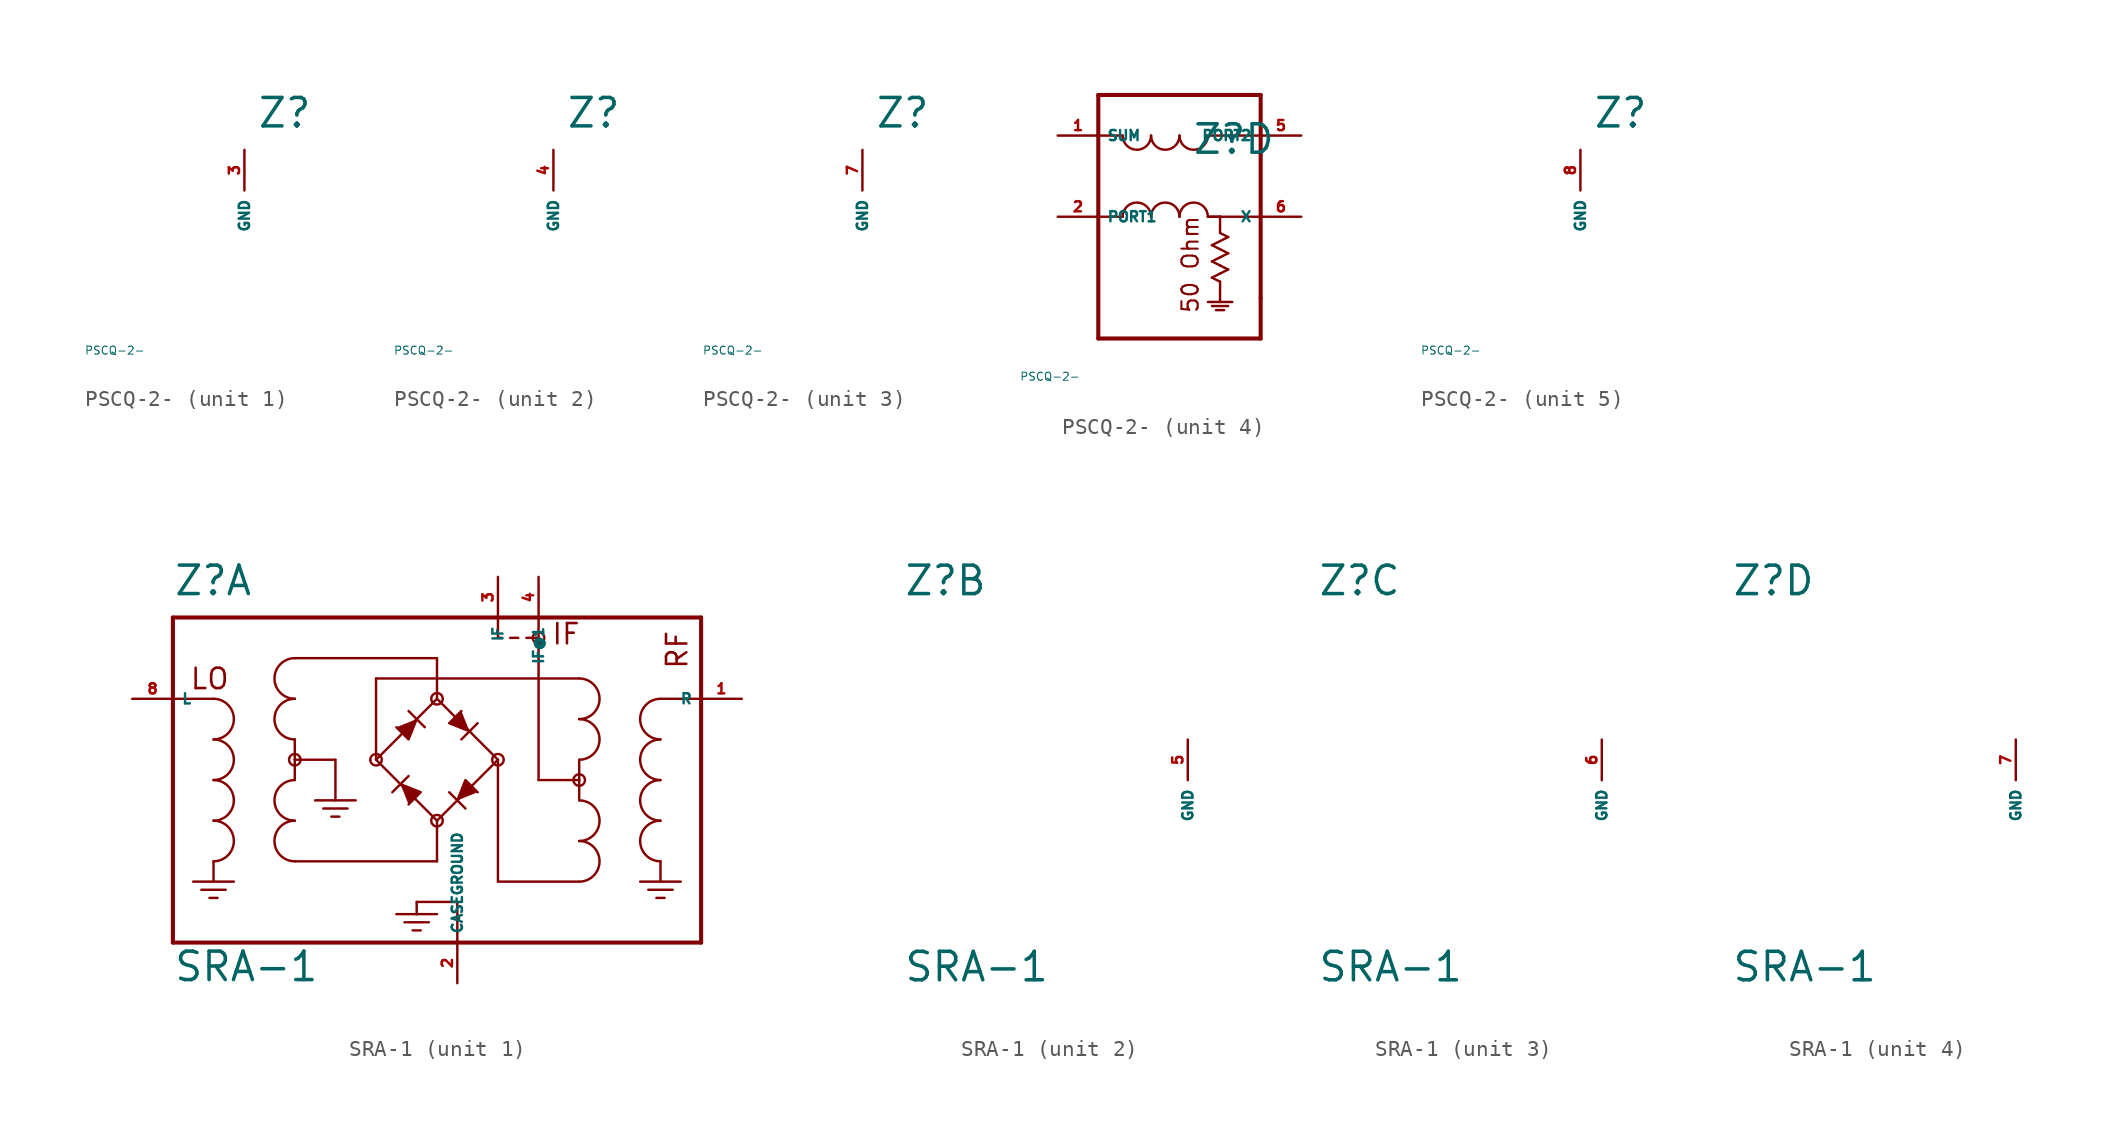
<source format=kicad_sym>
(kicad_symbol_lib
  (version 20220914)
  (generator Eagle2Kicad)
  (symbol "PSCQ-2-"
    (property "Reference" "Z"
      (at 0.762 3.81 0)
      (effects (font (size 1.778 1.778) (thickness 0.22)) (justify left bottom)))
    (property "Value" "PSCQ-2-"
      (at -10 -10 0)
      (effects (font (size 0.5 0.5) (thickness 0.06)) (justify left)))
    (symbol "PSCQ-2-_1_0"
      (pin unspecified line (at 0 2.54 270) (length 2.54) (name "GND" (effects (font (size 0.635 0.635) (thickness 0.08)) (justify left bottom))) (number "3" (effects (font (size 0.635 0.635) (thickness 0.08)) (justify left bottom)))))
    (symbol "PSCQ-2-_2_0"
      (pin unspecified line (at 0 2.54 270) (length 2.54) (name "GND" (effects (font (size 0.635 0.635) (thickness 0.08)) (justify left bottom))) (number "4" (effects (font (size 0.635 0.635) (thickness 0.08)) (justify left bottom)))))
    (symbol "PSCQ-2-_3_0"
      (pin unspecified line (at 0 2.54 270) (length 2.54) (name "GND" (effects (font (size 0.635 0.635) (thickness 0.08)) (justify left bottom))) (number "7" (effects (font (size 0.635 0.635) (thickness 0.08)) (justify left bottom)))))
    (symbol "PSCQ-2-_4_0"
      (polyline (pts (xy -5.08 7.62) (xy 5.08 7.62)) (stroke (width 0.254) (type default)) (fill (type none)))
      (polyline (pts (xy 5.08 7.62) (xy 5.08 5.08)) (stroke (width 0.254) (type default)) (fill (type none)))
      (polyline (pts (xy 5.08 5.08) (xy 5.08 0)) (stroke (width 0.254) (type default)) (fill (type none)))
      (polyline (pts (xy 5.08 0) (xy 5.08 -5.08)) (stroke (width 0.254) (type default)) (fill (type none)))
      (polyline (pts (xy 5.08 -5.08) (xy 5.08 -7.62)) (stroke (width 0.254) (type default)) (fill (type none)))
      (polyline (pts (xy 5.08 -7.62) (xy -5.08 -7.62)) (stroke (width 0.254) (type default)) (fill (type none)))
      (polyline (pts (xy -5.08 -7.62) (xy -5.08 0)) (stroke (width 0.254) (type default)) (fill (type none)))
      (polyline (pts (xy -5.08 0) (xy -5.08 5.08)) (stroke (width 0.254) (type default)) (fill (type none)))
      (polyline (pts (xy -5.08 5.08) (xy -5.08 7.62)) (stroke (width 0.254) (type default)) (fill (type none)))
      (polyline (pts (xy -5.08 5.08) (xy -3.556 5.08)) (stroke (width 0.152) (type default)) (fill (type none)))
      (arc (start -3.556 5.08) (mid -2.667 4.191) (end -1.778 5.08) (stroke (width 0.1524) (type default)) (fill (type none)))
      (arc (start -1.778 5.08) (mid -0.889 4.191) (end 0 5.08) (stroke (width 0.1524) (type default)) (fill (type none)))
      (arc (start 0 5.08) (mid 0.889 4.191) (end 1.778 5.08) (stroke (width 0.1524) (type default)) (fill (type none)))
      (polyline (pts (xy 1.778 5.08) (xy 5.08 5.08)) (stroke (width 0.152) (type default)) (fill (type none)))
      (polyline (pts (xy -5.08 0) (xy -3.556 0)) (stroke (width 0.152) (type default)) (fill (type none)))
      (arc (start -1.778 0) (mid -2.667 0.889) (end -3.556 0) (stroke (width 0.1524) (type default)) (fill (type none)))
      (arc (start 0 0) (mid -0.889 0.889) (end -1.778 0) (stroke (width 0.1524) (type default)) (fill (type none)))
      (arc (start 1.778 0) (mid 0.889 0.889) (end 0 0) (stroke (width 0.1524) (type default)) (fill (type none)))
      (polyline (pts (xy 1.778 0) (xy 2.54 0)) (stroke (width 0.152) (type default)) (fill (type none)))
      (polyline (pts (xy 2.54 0) (xy 5.08 0)) (stroke (width 0.152) (type default)) (fill (type none)))
      (polyline (pts (xy 1.778 0) (xy 2.54 0)) (stroke (width 0.152) (type default)) (fill (type none)))
      (polyline (pts (xy 2.54 0) (xy 2.54 -1.016)) (stroke (width 0.152) (type default)) (fill (type none)))
      (polyline (pts (xy 2.54 -1.016) (xy 3.048 -1.27)) (stroke (width 0.152) (type default)) (fill (type none)))
      (polyline (pts (xy 3.048 -1.27) (xy 2.54 -1.524)) (stroke (width 0.152) (type default)) (fill (type none)))
      (polyline (pts (xy 2.54 -1.524) (xy 2.032 -1.778)) (stroke (width 0.152) (type default)) (fill (type none)))
      (polyline (pts (xy 2.032 -1.778) (xy 2.54 -2.032)) (stroke (width 0.152) (type default)) (fill (type none)))
      (polyline (pts (xy 2.54 -2.032) (xy 3.048 -2.286)) (stroke (width 0.152) (type default)) (fill (type none)))
      (polyline (pts (xy 3.048 -2.286) (xy 2.54 -2.54)) (stroke (width 0.152) (type default)) (fill (type none)))
      (polyline (pts (xy 2.54 -2.54) (xy 2.032 -2.794)) (stroke (width 0.152) (type default)) (fill (type none)))
      (polyline (pts (xy 2.032 -2.794) (xy 2.54 -3.048)) (stroke (width 0.152) (type default)) (fill (type none)))
      (polyline (pts (xy 2.54 -3.048) (xy 3.048 -3.302)) (stroke (width 0.152) (type default)) (fill (type none)))
      (polyline (pts (xy 3.048 -3.302) (xy 2.54 -3.556)) (stroke (width 0.152) (type default)) (fill (type none)))
      (polyline (pts (xy 2.54 -3.556) (xy 2.032 -3.81)) (stroke (width 0.152) (type default)) (fill (type none)))
      (polyline (pts (xy 2.032 -3.81) (xy 2.54 -4.064)) (stroke (width 0.152) (type default)) (fill (type none)))
      (polyline (pts (xy 2.54 -4.064) (xy 2.54 -5.334)) (stroke (width 0.152) (type default)) (fill (type none)))
      (polyline (pts (xy 2.032 -5.334) (xy 3.302 -5.334)) (stroke (width 0.152) (type default)) (fill (type none)))
      (polyline (pts (xy 2.032 -5.334) (xy 1.778 -5.334)) (stroke (width 0.152) (type default)) (fill (type none)))
      (polyline (pts (xy 2.032 -5.588) (xy 3.048 -5.588)) (stroke (width 0.152) (type default)) (fill (type none)))
      (polyline (pts (xy 2.286 -5.842) (xy 2.794 -5.842)) (stroke (width 0.152) (type default)) (fill (type none)))
      (text "50 Ohm" (at 1.27 -6.096 900) (effects (font (size 1.016 1.016) (thickness 0.13)) (justify left bottom)))
      (pin input line (at -7.62 5.08 0) (length 2.54) (name "SUM" (effects (font (size 0.635 0.635) (thickness 0.08)) (justify left bottom))) (number "1" (effects (font (size 0.635 0.635) (thickness 0.08)) (justify left bottom))))
      (pin input line (at 7.62 5.08 180) (length 2.54) (name "PORT2" (effects (font (size 0.635 0.635) (thickness 0.08)) (justify left bottom))) (number "5" (effects (font (size 0.635 0.635) (thickness 0.08)) (justify left bottom))))
      (pin input line (at 7.62 0 180) (length 2.54) (name "X" (effects (font (size 0.635 0.635) (thickness 0.08)) (justify left bottom))) (number "6" (effects (font (size 0.635 0.635) (thickness 0.08)) (justify left bottom))))
      (pin input line (at -7.62 0 0) (length 2.54) (name "PORT1" (effects (font (size 0.635 0.635) (thickness 0.08)) (justify left bottom))) (number "2" (effects (font (size 0.635 0.635) (thickness 0.08)) (justify left bottom)))))
    (symbol "PSCQ-2-_5_0"
      (pin unspecified line (at 0 2.54 270) (length 2.54) (name "GND" (effects (font (size 0.635 0.635) (thickness 0.08)) (justify left bottom))) (number "8" (effects (font (size 0.635 0.635) (thickness 0.08)) (justify left bottom))))))
  (symbol "SRA-1"
    (property "Reference" "Z"
      (at -17.78 11.43 0)
      (effects (font (size 1.778 1.778) (thickness 0.22)) (justify left bottom)))
    (property "Value" "SRA-1"
      (at -17.78 -12.7 0)
      (effects (font (size 1.778 1.778) (thickness 0.22)) (justify left bottom)))
    (symbol "SRA-1_1_0"
      (polyline (pts (xy -3.81 3.302) (xy -3.048 2.54) (xy -2.54 3.81)) (stroke (width 0.152) (type default)) (fill (type outline)))
      (polyline (pts (xy 0.254 4.318) (xy -0.508 3.556) (xy 0.762 3.048)) (stroke (width 0.152) (type default)) (fill (type outline)))
      (polyline (pts (xy -3.048 -1.524) (xy -2.286 -0.762) (xy -3.556 -0.254)) (stroke (width 0.152) (type default)) (fill (type outline)))
      (polyline (pts (xy 1.27 -0.762) (xy 0.508 0) (xy 0 -1.27)) (stroke (width 0.152) (type default)) (fill (type outline)))
      (polyline (pts (xy -17.78 5.08) (xy -15.24 5.08)) (stroke (width 0.152) (type default)) (fill (type none)))
      (arc (start -15.24 2.54) (mid -13.970 3.810) (end -15.24 5.08) (stroke (width 0.1524) (type default)) (fill (type none)))
      (arc (start -15.24 0) (mid -13.970 1.270) (end -15.24 2.54) (stroke (width 0.1524) (type default)) (fill (type none)))
      (arc (start -15.24 -2.54) (mid -13.970 -1.270) (end -15.24 0) (stroke (width 0.1524) (type default)) (fill (type none)))
      (arc (start -15.24 -5.08) (mid -13.970 -3.810) (end -15.24 -2.54) (stroke (width 0.1524) (type default)) (fill (type none)))
      (polyline (pts (xy -15.24 -5.08) (xy -15.24 -6.35)) (stroke (width 0.152) (type default)) (fill (type none)))
      (polyline (pts (xy -16.51 -6.35) (xy -13.97 -6.35)) (stroke (width 0.152) (type default)) (fill (type none)))
      (polyline (pts (xy -16.002 -6.858) (xy -14.478 -6.858)) (stroke (width 0.152) (type default)) (fill (type none)))
      (polyline (pts (xy -15.494 -7.366) (xy -14.986 -7.366)) (stroke (width 0.152) (type default)) (fill (type none)))
      (polyline (pts (xy -10.16 1.27) (xy -10.16 2.54)) (stroke (width 0.152) (type default)) (fill (type none)))
      (arc (start -10.16 5.08) (mid -11.430 3.810) (end -10.16 2.54) (stroke (width 0.1524) (type default)) (fill (type none)))
      (arc (start -10.16 7.62) (mid -11.430 6.350) (end -10.16 5.08) (stroke (width 0.1524) (type default)) (fill (type none)))
      (polyline (pts (xy -10.16 0) (xy -10.16 1.27)) (stroke (width 0.152) (type default)) (fill (type none)))
      (arc (start -10.16 0) (mid -11.430 -1.270) (end -10.16 -2.54) (stroke (width 0.1524) (type default)) (fill (type none)))
      (arc (start -10.16 -2.54) (mid -11.430 -3.810) (end -10.16 -5.08) (stroke (width 0.1524) (type default)) (fill (type none)))
      (arc (start 12.7 -2.54) (mid 11.430 -3.810) (end 12.7 -5.08) (stroke (width 0.1524) (type default)) (fill (type none)))
      (arc (start 12.7 0) (mid 11.430 -1.270) (end 12.7 -2.54) (stroke (width 0.1524) (type default)) (fill (type none)))
      (arc (start 12.7 2.54) (mid 11.430 1.270) (end 12.7 0) (stroke (width 0.1524) (type default)) (fill (type none)))
      (arc (start 12.7 5.08) (mid 11.430 3.810) (end 12.7 2.54) (stroke (width 0.1524) (type default)) (fill (type none)))
      (polyline (pts (xy 15.24 5.08) (xy 12.7 5.08)) (stroke (width 0.152) (type default)) (fill (type none)))
      (polyline (pts (xy 7.62 0) (xy 7.62 -1.27)) (stroke (width 0.152) (type default)) (fill (type none)))
      (arc (start 7.62 -3.81) (mid 8.890 -2.540) (end 7.62 -1.27) (stroke (width 0.1524) (type default)) (fill (type none)))
      (arc (start 7.62 -6.35) (mid 8.890 -5.080) (end 7.62 -3.81) (stroke (width 0.1524) (type default)) (fill (type none)))
      (polyline (pts (xy 7.62 1.27) (xy 7.62 0)) (stroke (width 0.152) (type default)) (fill (type none)))
      (arc (start 7.62 1.27) (mid 8.890 2.540) (end 7.62 3.81) (stroke (width 0.1524) (type default)) (fill (type none)))
      (arc (start 7.62 3.81) (mid 8.890 5.080) (end 7.62 6.35) (stroke (width 0.1524) (type default)) (fill (type none)))
      (polyline (pts (xy -10.16 7.62) (xy -1.27 7.62)) (stroke (width 0.152) (type default)) (fill (type none)))
      (polyline (pts (xy -1.27 7.62) (xy -1.27 5.08)) (stroke (width 0.152) (type default)) (fill (type none)))
      (polyline (pts (xy -1.27 5.08) (xy 2.54 1.27)) (stroke (width 0.152) (type default)) (fill (type none)))
      (polyline (pts (xy 2.54 1.27) (xy -1.27 -2.54)) (stroke (width 0.152) (type default)) (fill (type none)))
      (polyline (pts (xy -1.27 -2.54) (xy -5.08 1.27)) (stroke (width 0.152) (type default)) (fill (type none)))
      (polyline (pts (xy -5.08 1.27) (xy -1.27 5.08)) (stroke (width 0.152) (type default)) (fill (type none)))
      (polyline (pts (xy -10.16 -5.08) (xy -1.27 -5.08)) (stroke (width 0.152) (type default)) (fill (type none)))
      (polyline (pts (xy -1.27 -5.08) (xy -1.27 -2.54)) (stroke (width 0.152) (type default)) (fill (type none)))
      (polyline (pts (xy -5.08 1.27) (xy -5.08 6.35)) (stroke (width 0.152) (type default)) (fill (type none)))
      (polyline (pts (xy -5.08 6.35) (xy 7.62 6.35)) (stroke (width 0.152) (type default)) (fill (type none)))
      (polyline (pts (xy 7.62 -6.35) (xy 2.54 -6.35)) (stroke (width 0.152) (type default)) (fill (type none)))
      (polyline (pts (xy 2.54 -6.35) (xy 2.54 1.27)) (stroke (width 0.152) (type default)) (fill (type none)))
      (polyline (pts (xy -7.62 1.27) (xy -10.16 1.27)) (stroke (width 0.152) (type default)) (fill (type none)))
      (polyline (pts (xy -7.62 1.27) (xy -7.62 -1.27)) (stroke (width 0.152) (type default)) (fill (type none)))
      (polyline (pts (xy -6.35 -1.27) (xy -8.89 -1.27)) (stroke (width 0.152) (type default)) (fill (type none)))
      (polyline (pts (xy -6.858 -1.778) (xy -8.382 -1.778)) (stroke (width 0.152) (type default)) (fill (type none)))
      (polyline (pts (xy -7.366 -2.286) (xy -7.874 -2.286)) (stroke (width 0.152) (type default)) (fill (type none)))
      (polyline (pts (xy -3.048 4.318) (xy -2.032 3.302)) (stroke (width 0.152) (type default)) (fill (type none)))
      (polyline (pts (xy 1.27 3.556) (xy 0.254 2.54)) (stroke (width 0.152) (type default)) (fill (type none)))
      (polyline (pts (xy -4.064 -0.762) (xy -3.048 0.254)) (stroke (width 0.152) (type default)) (fill (type none)))
      (polyline (pts (xy 0.508 -1.778) (xy -0.508 -0.762)) (stroke (width 0.152) (type default)) (fill (type none)))
      (polyline (pts (xy 12.7 -5.08) (xy 12.7 -6.35)) (stroke (width 0.152) (type default)) (fill (type none)))
      (polyline (pts (xy 11.43 -6.35) (xy 13.97 -6.35)) (stroke (width 0.152) (type default)) (fill (type none)))
      (polyline (pts (xy 11.938 -6.858) (xy 13.462 -6.858)) (stroke (width 0.152) (type default)) (fill (type none)))
      (polyline (pts (xy 12.446 -7.366) (xy 12.954 -7.366)) (stroke (width 0.152) (type default)) (fill (type none)))
      (polyline (pts (xy -17.78 10.16) (xy -17.78 -10.16)) (stroke (width 0.254) (type default)) (fill (type none)))
      (polyline (pts (xy -17.78 -10.16) (xy 0 -10.16)) (stroke (width 0.254) (type default)) (fill (type none)))
      (polyline (pts (xy 0 -10.16) (xy 15.24 -10.16)) (stroke (width 0.254) (type default)) (fill (type none)))
      (polyline (pts (xy 15.24 -10.16) (xy 15.24 10.16)) (stroke (width 0.254) (type default)) (fill (type none)))
      (polyline (pts (xy 15.24 10.16) (xy 5.08 10.16)) (stroke (width 0.254) (type default)) (fill (type none)))
      (polyline (pts (xy 5.08 10.16) (xy 2.54 10.16)) (stroke (width 0.254) (type default)) (fill (type none)))
      (polyline (pts (xy 2.54 10.16) (xy -17.78 10.16)) (stroke (width 0.254) (type default)) (fill (type none)))
      (polyline (pts (xy 5.08 10.16) (xy 5.08 8.89)) (stroke (width 0.152) (type default)) (fill (type none)))
      (polyline (pts (xy 5.08 8.89) (xy 5.08 0)) (stroke (width 0.152) (type default)) (fill (type none)))
      (polyline (pts (xy 5.08 0) (xy 7.62 0)) (stroke (width 0.152) (type default)) (fill (type none)))
      (polyline (pts (xy -2.54 -7.62) (xy -2.54 -8.382)) (stroke (width 0.152) (type default)) (fill (type none)))
      (polyline (pts (xy -1.27 -8.382) (xy -2.54 -8.382)) (stroke (width 0.152) (type default)) (fill (type none)))
      (polyline (pts (xy -2.54 -8.382) (xy -3.81 -8.382)) (stroke (width 0.152) (type default)) (fill (type none)))
      (polyline (pts (xy -1.778 -8.89) (xy -3.302 -8.89)) (stroke (width 0.152) (type default)) (fill (type none)))
      (polyline (pts (xy -2.286 -9.398) (xy -2.794 -9.398)) (stroke (width 0.152) (type default)) (fill (type none)))
      (polyline (pts (xy -2.54 -7.62) (xy 0 -7.62)) (stroke (width 0.152) (type default)) (fill (type none)))
      (polyline (pts (xy 0 -7.62) (xy 0 -10.16)) (stroke (width 0.152) (type default)) (fill (type none)))
      (polyline (pts (xy 2.54 10.16) (xy 2.54 8.89)) (stroke (width 0.152) (type default)) (fill (type none)))
      (polyline (pts (xy 2.54 8.89) (xy 2.794 8.89)) (stroke (width 0.152) (type default)) (fill (type none)))
      (polyline (pts (xy 4.318 8.89) (xy 5.08 8.89)) (stroke (width 0.152) (type default)) (fill (type none)))
      (polyline (pts (xy 3.302 8.89) (xy 3.81 8.89)) (stroke (width 0.152) (type default)) (fill (type none)))
      (text "LO" (at -16.764 5.588 0) (effects (font (size 1.27 1.27) (thickness 0.16)) (justify left bottom)))
      (text "RF" (at 14.478 6.858 1800) (effects (font (size 1.27 1.27) (thickness 0.16)) (justify left bottom)))
      (text "IF" (at 5.842 8.382 0) (effects (font (size 1.27 1.27) (thickness 0.16)) (justify left bottom)))
      (circle (center -10.16 1.27) (radius 0.359) (stroke (width 0) (type default)) (fill (type none)))
      (circle (center 7.62 0) (radius 0.359) (stroke (width 0) (type default)) (fill (type none)))
      (circle (center -5.08 1.27) (radius 0.359) (stroke (width 0) (type default)) (fill (type none)))
      (circle (center 2.54 1.27) (radius 0.359) (stroke (width 0) (type default)) (fill (type none)))
      (circle (center -1.27 5.08) (radius 0.359) (stroke (width 0) (type default)) (fill (type none)))
      (circle (center -1.27 -2.54) (radius 0.359) (stroke (width 0) (type default)) (fill (type none)))
      (circle (center 5.08 8.89) (radius 0.359) (stroke (width 0) (type default)) (fill (type none)))
      (pin passive line (at -20.32 5.08 0) (length 2.54) (name "L" (effects (font (size 0.635 0.635) (thickness 0.08)) (justify left bottom))) (number "8" (effects (font (size 0.635 0.635) (thickness 0.08)) (justify left bottom))))
      (pin passive line (at 17.78 5.08 180) (length 2.54) (name "R" (effects (font (size 0.635 0.635) (thickness 0.08)) (justify left bottom))) (number "1" (effects (font (size 0.635 0.635) (thickness 0.08)) (justify left bottom))))
      (pin passive line (at 2.54 12.7 270) (length 2.54) (name "IF" (effects (font (size 0.635 0.635) (thickness 0.08)) (justify left bottom))) (number "3" (effects (font (size 0.635 0.635) (thickness 0.08)) (justify left bottom))))
      (pin passive line (at 0 -12.7 90) (length 2.54) (name "CASEGROUND" (effects (font (size 0.635 0.635) (thickness 0.08)) (justify left bottom))) (number "2" (effects (font (size 0.635 0.635) (thickness 0.08)) (justify left bottom))))
      (pin passive line (at 5.08 12.7 270) (length 2.54) (name "IF@1" (effects (font (size 0.635 0.635) (thickness 0.08)) (justify left bottom))) (number "4" (effects (font (size 0.635 0.635) (thickness 0.08)) (justify left bottom)))))
    (symbol "SRA-1_2_0"
      (pin unspecified line (at 0 2.54 270) (length 2.54) (name "GND" (effects (font (size 0.635 0.635) (thickness 0.08)) (justify left bottom))) (number "5" (effects (font (size 0.635 0.635) (thickness 0.08)) (justify left bottom)))))
    (symbol "SRA-1_3_0"
      (pin unspecified line (at 0 2.54 270) (length 2.54) (name "GND" (effects (font (size 0.635 0.635) (thickness 0.08)) (justify left bottom))) (number "6" (effects (font (size 0.635 0.635) (thickness 0.08)) (justify left bottom)))))
    (symbol "SRA-1_4_0"
      (pin unspecified line (at 0 2.54 270) (length 2.54) (name "GND" (effects (font (size 0.635 0.635) (thickness 0.08)) (justify left bottom))) (number "7" (effects (font (size 0.635 0.635) (thickness 0.08)) (justify left bottom)))))))
</source>
